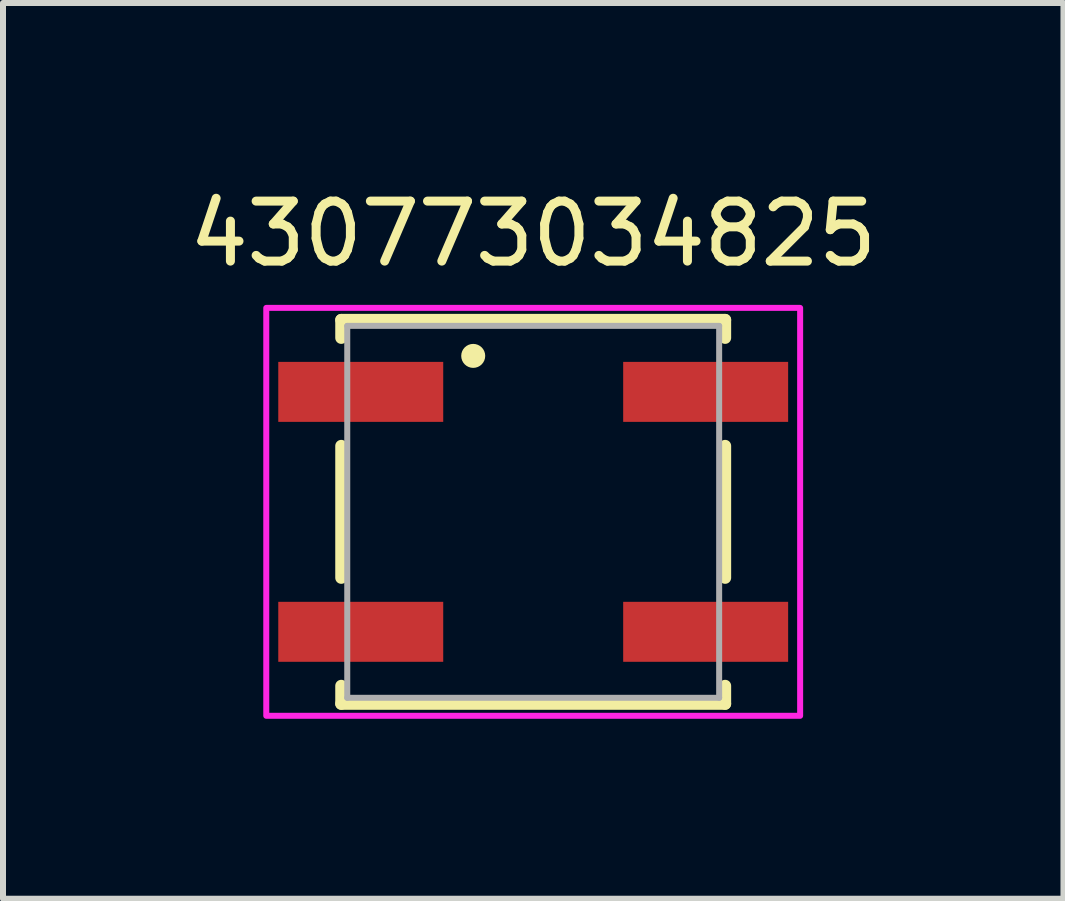
<source format=kicad_pcb>
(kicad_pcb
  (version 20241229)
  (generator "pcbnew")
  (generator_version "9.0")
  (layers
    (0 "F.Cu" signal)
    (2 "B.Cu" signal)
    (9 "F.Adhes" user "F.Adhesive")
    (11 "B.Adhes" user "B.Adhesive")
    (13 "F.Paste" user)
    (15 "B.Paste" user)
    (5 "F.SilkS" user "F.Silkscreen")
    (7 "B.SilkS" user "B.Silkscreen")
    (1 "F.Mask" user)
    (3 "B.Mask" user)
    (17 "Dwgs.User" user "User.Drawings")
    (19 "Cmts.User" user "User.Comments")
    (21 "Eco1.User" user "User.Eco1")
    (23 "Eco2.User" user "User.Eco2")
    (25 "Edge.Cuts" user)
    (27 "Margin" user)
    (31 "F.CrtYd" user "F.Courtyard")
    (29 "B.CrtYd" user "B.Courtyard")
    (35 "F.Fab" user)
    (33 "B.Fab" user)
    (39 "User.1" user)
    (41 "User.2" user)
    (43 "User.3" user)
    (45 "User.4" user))
  (footprint "430773034825"
    (layer "F.Cu")
    (at 5.839 5.483)
    (property "Reference" "430773034825" (at 0 -4.635 0) (layer "F.SilkS") (effects (font (size 1 1) (thickness 0.15))))
    (attr smd)
    (fp_line (start -3.2 -3.2) (end 3.2 -3.2) (stroke (width 0.2) (type solid)) (layer "F.SilkS"))
    (fp_line (start -3.2 -2.9) (end -3.2 -3.2) (stroke (width 0.2) (type solid)) (layer "F.SilkS"))
    (fp_line (start -3.2 -1.1) (end -3.2 1.1) (stroke (width 0.2) (type solid)) (layer "F.SilkS"))
    (fp_line (start -3.2 2.9) (end -3.2 3.2) (stroke (width 0.2) (type solid)) (layer "F.SilkS"))
    (fp_line (start -3.2 3.2) (end 3.2 3.2) (stroke (width 0.2) (type solid)) (layer "F.SilkS"))
    (fp_line (start 3.2 -3.2) (end 3.2 -2.9) (stroke (width 0.2) (type solid)) (layer "F.SilkS"))
    (fp_line (start 3.2 1.1) (end 3.2 -1.1) (stroke (width 0.2) (type solid)) (layer "F.SilkS"))
    (fp_line (start 3.2 3.2) (end 3.2 2.9) (stroke (width 0.2) (type solid)) (layer "F.SilkS"))
    (fp_circle (center -1 -2.6) (end -0.9 -2.6) (stroke (width 0.2) (type solid)) (fill no) (layer "F.SilkS"))
    (fp_poly (pts (xy -4.45 -3.4) (xy 4.45 -3.4) (xy 4.45 3.4) (xy -4.45 3.4)) (stroke (width 0.1) (type solid)) (fill no) (layer "F.CrtYd"))
    (fp_line (start -3.1 -3.1) (end 3.1 -3.1) (stroke (width 0.1) (type solid)) (layer "F.Fab"))
    (fp_line (start -3.1 3.1) (end -3.1 -3.1) (stroke (width 0.1) (type solid)) (layer "F.Fab"))
    (fp_line (start 3.1 -3.1) (end 3.1 3.1) (stroke (width 0.1) (type solid)) (layer "F.Fab"))
    (fp_line (start 3.1 3.1) (end -3.1 3.1) (stroke (width 0.1) (type solid)) (layer "F.Fab"))
    (pad "1" smd rect (at -2.875 -2) (size 2.75 1) (layers "F.Cu" "F.Mask" "F.Paste"))
    (pad "2" smd rect (at 2.875 -2) (size 2.75 1) (layers "F.Cu" "F.Mask" "F.Paste"))
    (pad "3" smd rect (at -2.875 2) (size 2.75 1) (layers "F.Cu" "F.Mask" "F.Paste"))
    (pad "4" smd rect (at 2.875 2) (size 2.75 1) (layers "F.Cu" "F.Mask" "F.Paste")))
  (gr_rect
    (start -3 -3)
    (end 14.679 11.933)
    (stroke (width 0.1) (type default))
    (fill no)
    (layer "Edge.Cuts")))
</source>
